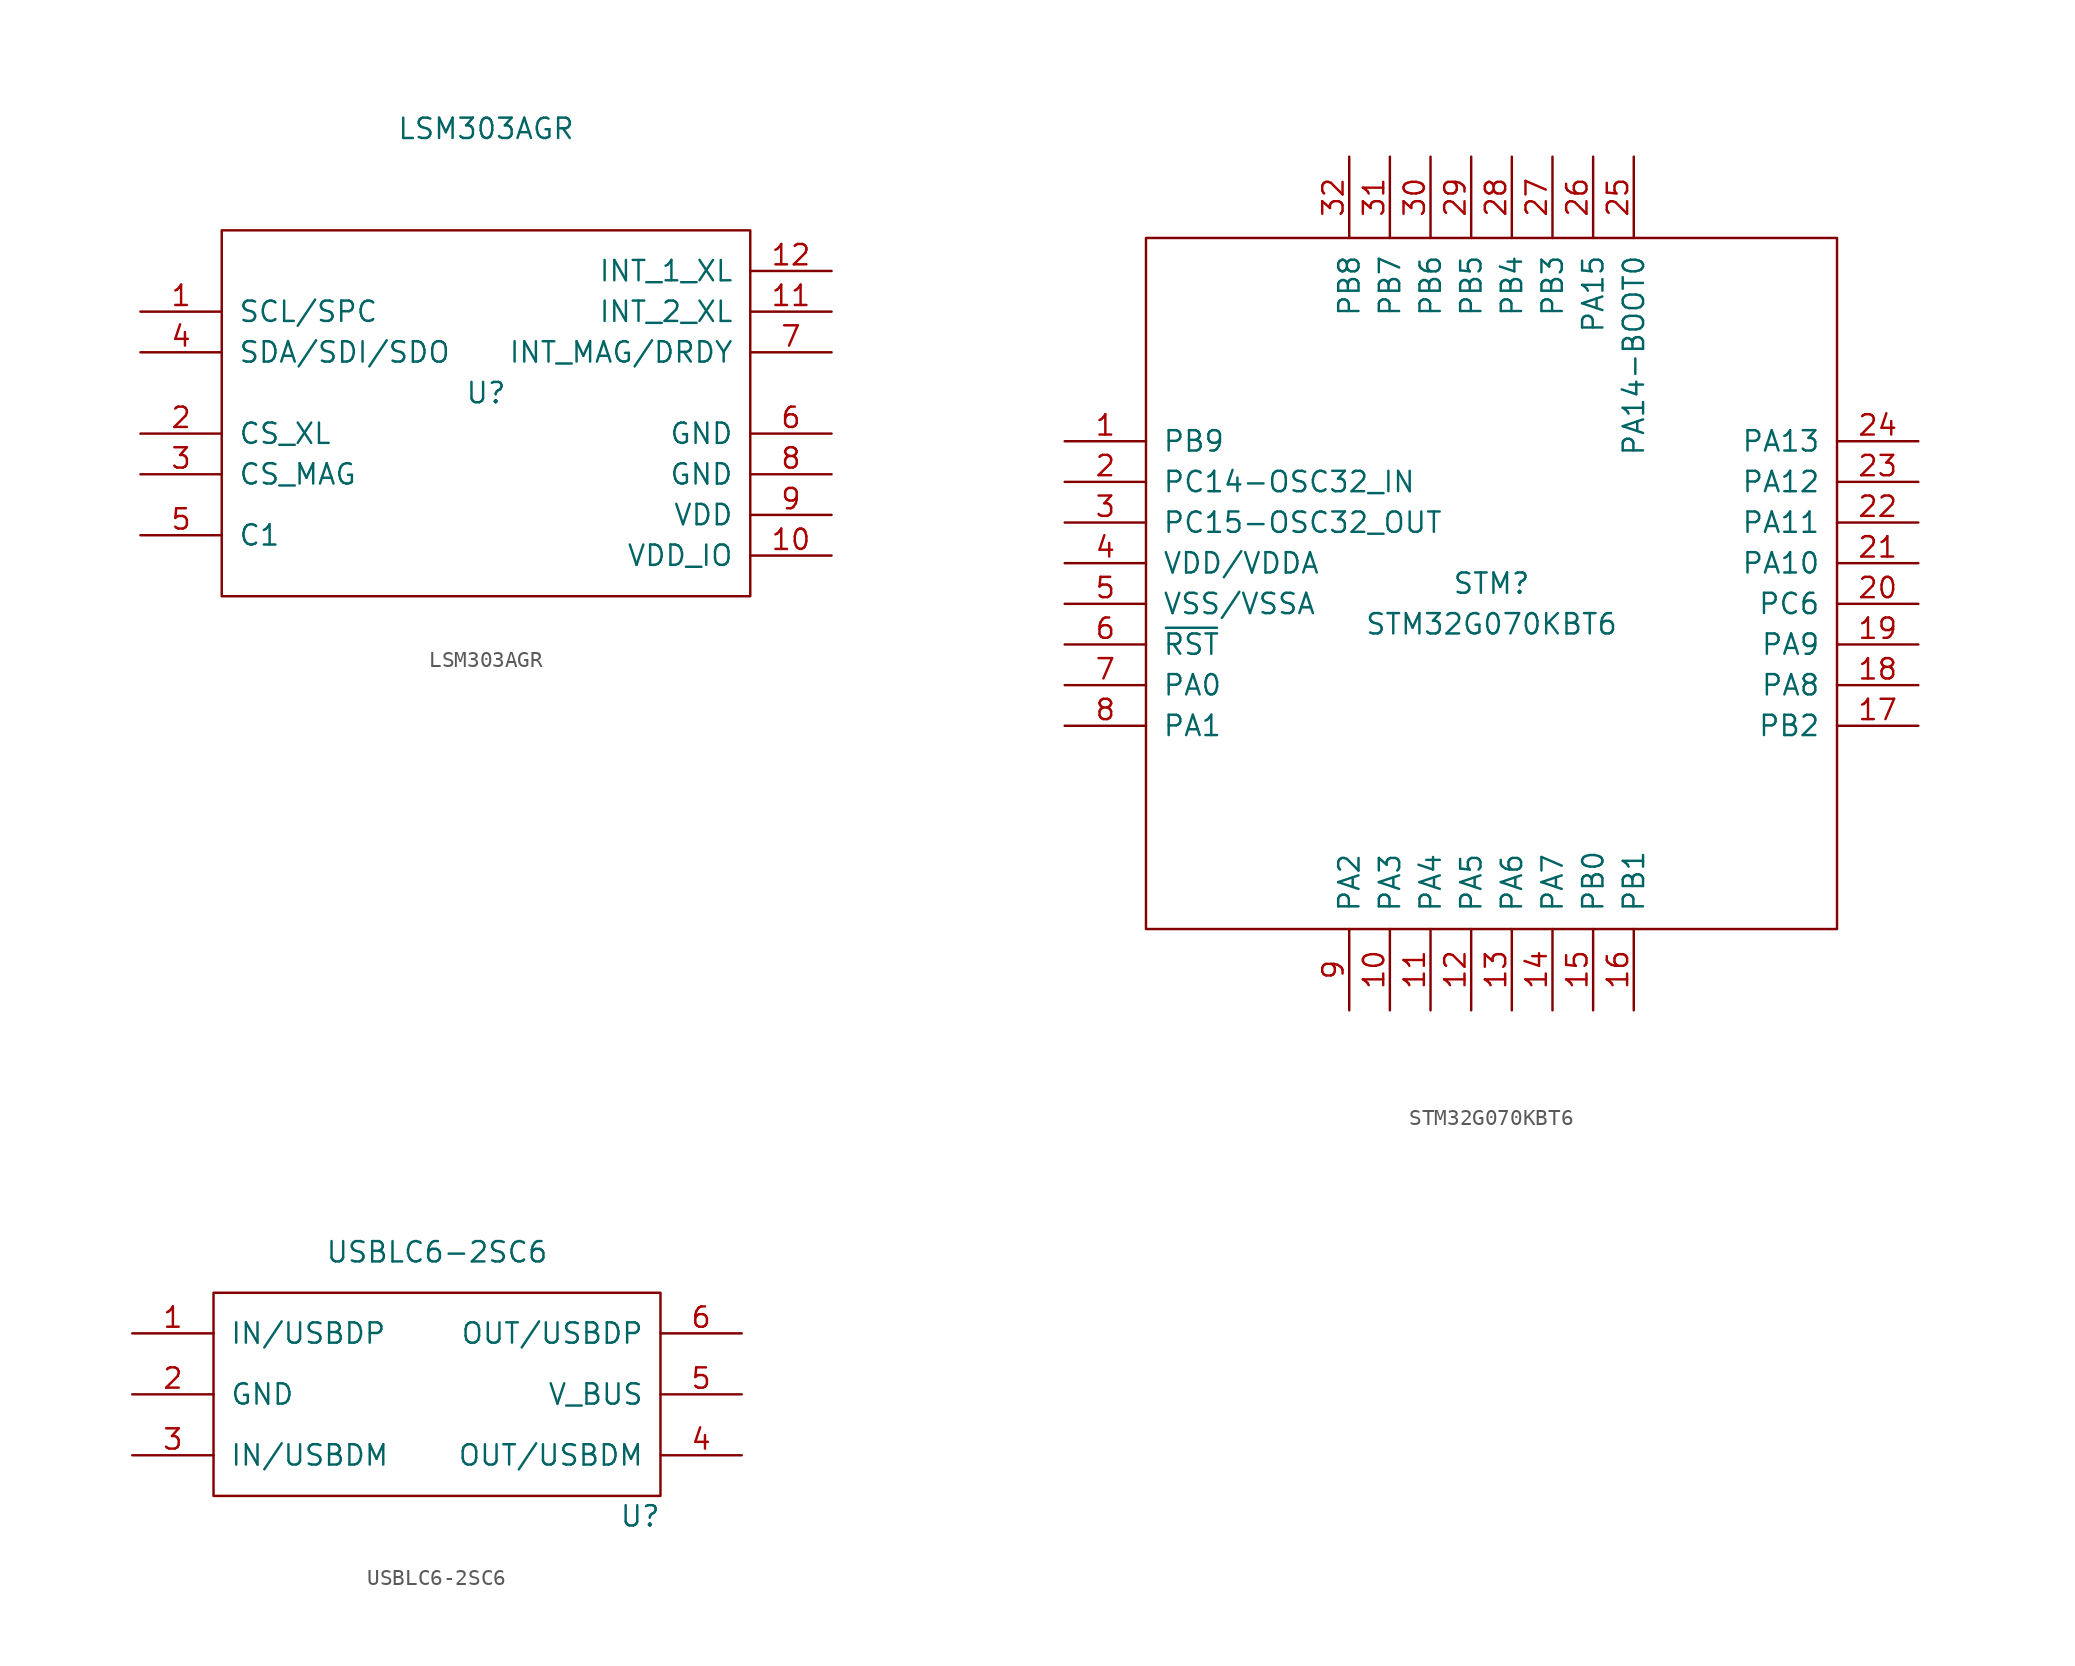
<source format=kicad_sym>
(kicad_symbol_lib
  (version 20211014)
  (generator kicad_symbol_editor)
  (symbol "LSM303AGR"
    (pin_names
      (offset 1.016))
    (property "Reference" "U"
      (at 0 0 0)
      (effects (font (size 1.27 1.27))))
    (property "Value" "LSM303AGR"
      (at 0 16.51 0)
      (effects (font (size 1.27 1.27))))
    (symbol "LSM303AGR_0_0"
      (pin input line (at -21.59 5.08 0) (length 5.08) (name "SCL/SPC" (effects (font (size 1.27 1.27)))) (number "1" (effects (font (size 1.27 1.27)))))
      (pin power_in line (at 21.59 -10.16 180) (length 5.08) (name "VDD_IO" (effects (font (size 1.27 1.27)))) (number "10" (effects (font (size 1.27 1.27)))))
      (pin output line (at 21.59 5.08 180) (length 5.08) (name "INT_2_XL" (effects (font (size 1.27 1.27)))) (number "11" (effects (font (size 1.27 1.27)))))
      (pin output line (at 21.59 7.62 180) (length 5.08) (name "INT_1_XL" (effects (font (size 1.27 1.27)))) (number "12" (effects (font (size 1.27 1.27)))))
      (pin input line (at -21.59 -2.54 0) (length 5.08) (name "CS_XL" (effects (font (size 1.27 1.27)))) (number "2" (effects (font (size 1.27 1.27)))))
      (pin input line (at -21.59 -5.08 0) (length 5.08) (name "CS_MAG" (effects (font (size 1.27 1.27)))) (number "3" (effects (font (size 1.27 1.27)))))
      (pin bidirectional line (at -21.59 2.54 0) (length 5.08) (name "SDA/SDI/SDO" (effects (font (size 1.27 1.27)))) (number "4" (effects (font (size 1.27 1.27)))))
      (pin passive line (at -21.59 -8.89 0) (length 5.08) (name "C1" (effects (font (size 1.27 1.27)))) (number "5" (effects (font (size 1.27 1.27)))))
      (pin power_in line (at 21.59 -2.54 180) (length 5.08) (name "GND" (effects (font (size 1.27 1.27)))) (number "6" (effects (font (size 1.27 1.27)))))
      (pin output line (at 21.59 2.54 180) (length 5.08) (name "INT_MAG/DRDY" (effects (font (size 1.27 1.27)))) (number "7" (effects (font (size 1.27 1.27)))))
      (pin power_in line (at 21.59 -5.08 180) (length 5.08) (name "GND" (effects (font (size 1.27 1.27)))) (number "8" (effects (font (size 1.27 1.27)))))
      (pin power_in line (at 21.59 -7.62 180) (length 5.08) (name "VDD" (effects (font (size 1.27 1.27)))) (number "9" (effects (font (size 1.27 1.27))))))
    (symbol "LSM303AGR_0_1"
      (rectangle (start -16.51 10.16) (end 16.51 -12.7) (stroke (width 0) (type default) (color 0 0 0 0)) (fill (type none)))))
  (symbol "STM32G070KBT6"
    (pin_names
      (offset 1.016))
    (property "Reference" "STM"
      (at 0 0 0)
      (effects (font (size 1.27 1.27))))
    (property "Value" "STM32G070KBT6"
      (at 0 -2.54 0)
      (effects (font (size 1.27 1.27))))
    (symbol "STM32G070KBT6_0_0"
      (pin bidirectional line (at -26.67 8.89 0) (length 5.08) (name "PB9" (effects (font (size 1.27 1.27)))) (number "1" (effects (font (size 1.27 1.27)))))
      (pin bidirectional line (at -6.35 -26.67 90) (length 5.08) (name "PA3" (effects (font (size 1.27 1.27)))) (number "10" (effects (font (size 1.27 1.27)))))
      (pin bidirectional line (at -3.81 -26.67 90) (length 5.08) (name "PA4" (effects (font (size 1.27 1.27)))) (number "11" (effects (font (size 1.27 1.27)))))
      (pin bidirectional line (at -1.27 -26.67 90) (length 5.08) (name "PA5" (effects (font (size 1.27 1.27)))) (number "12" (effects (font (size 1.27 1.27)))))
      (pin bidirectional line (at 1.27 -26.67 90) (length 5.08) (name "PA6" (effects (font (size 1.27 1.27)))) (number "13" (effects (font (size 1.27 1.27)))))
      (pin bidirectional line (at 3.81 -26.67 90) (length 5.08) (name "PA7" (effects (font (size 1.27 1.27)))) (number "14" (effects (font (size 1.27 1.27)))))
      (pin bidirectional line (at 6.35 -26.67 90) (length 5.08) (name "PB0" (effects (font (size 1.27 1.27)))) (number "15" (effects (font (size 1.27 1.27)))))
      (pin bidirectional line (at 8.89 -26.67 90) (length 5.08) (name "PB1" (effects (font (size 1.27 1.27)))) (number "16" (effects (font (size 1.27 1.27)))))
      (pin bidirectional line (at 26.67 -8.89 180) (length 5.08) (name "PB2" (effects (font (size 1.27 1.27)))) (number "17" (effects (font (size 1.27 1.27)))))
      (pin bidirectional line (at 26.67 -6.35 180) (length 5.08) (name "PA8" (effects (font (size 1.27 1.27)))) (number "18" (effects (font (size 1.27 1.27)))))
      (pin bidirectional line (at 26.67 -3.81 180) (length 5.08) (name "PA9" (effects (font (size 1.27 1.27)))) (number "19" (effects (font (size 1.27 1.27)))))
      (pin bidirectional line (at 26.67 -1.27 180) (length 5.08) (name "PC6" (effects (font (size 1.27 1.27)))) (number "20" (effects (font (size 1.27 1.27)))))
      (pin bidirectional line (at 26.67 1.27 180) (length 5.08) (name "PA10" (effects (font (size 1.27 1.27)))) (number "21" (effects (font (size 1.27 1.27)))))
      (pin bidirectional line (at 26.67 3.81 180) (length 5.08) (name "PA11" (effects (font (size 1.27 1.27)))) (number "22" (effects (font (size 1.27 1.27)))))
      (pin bidirectional line (at 26.67 6.35 180) (length 5.08) (name "PA12" (effects (font (size 1.27 1.27)))) (number "23" (effects (font (size 1.27 1.27)))))
      (pin bidirectional line (at 26.67 8.89 180) (length 5.08) (name "PA13" (effects (font (size 1.27 1.27)))) (number "24" (effects (font (size 1.27 1.27)))))
      (pin bidirectional line (at 8.89 26.67 270) (length 5.08) (name "PA14-BOOT0" (effects (font (size 1.27 1.27)))) (number "25" (effects (font (size 1.27 1.27)))))
      (pin bidirectional line (at 6.35 26.67 270) (length 5.08) (name "PA15" (effects (font (size 1.27 1.27)))) (number "26" (effects (font (size 1.27 1.27)))))
      (pin bidirectional line (at 3.81 26.67 270) (length 5.08) (name "PB3" (effects (font (size 1.27 1.27)))) (number "27" (effects (font (size 1.27 1.27)))))
      (pin bidirectional line (at 1.27 26.67 270) (length 5.08) (name "PB4" (effects (font (size 1.27 1.27)))) (number "28" (effects (font (size 1.27 1.27)))))
      (pin bidirectional line (at -1.27 26.67 270) (length 5.08) (name "PB5" (effects (font (size 1.27 1.27)))) (number "29" (effects (font (size 1.27 1.27)))))
      (pin bidirectional line (at -3.81 26.67 270) (length 5.08) (name "PB6" (effects (font (size 1.27 1.27)))) (number "30" (effects (font (size 1.27 1.27)))))
      (pin bidirectional line (at -6.35 26.67 270) (length 5.08) (name "PB7" (effects (font (size 1.27 1.27)))) (number "31" (effects (font (size 1.27 1.27)))))
      (pin bidirectional line (at -8.89 26.67 270) (length 5.08) (name "PB8" (effects (font (size 1.27 1.27)))) (number "32" (effects (font (size 1.27 1.27)))))
      (pin bidirectional line (at -26.67 -8.89 0) (length 5.08) (name "PA1" (effects (font (size 1.27 1.27)))) (number "8" (effects (font (size 1.27 1.27)))))
      (pin bidirectional line (at -8.89 -26.67 90) (length 5.08) (name "PA2" (effects (font (size 1.27 1.27)))) (number "9" (effects (font (size 1.27 1.27))))))
    (symbol "STM32G070KBT6_0_1"
      (rectangle (start -21.59 21.59) (end 21.59 -21.59) (stroke (width 0) (type default) (color 0 0 0 0)) (fill (type none))))
    (symbol "STM32G070KBT6_1_1"
      (pin bidirectional line (at -26.67 6.35 0) (length 5.08) (name "PC14-OSC32_IN" (effects (font (size 1.27 1.27)))) (number "2" (effects (font (size 1.27 1.27)))))
      (pin bidirectional line (at -26.67 3.81 0) (length 5.08) (name "PC15-OSC32_OUT" (effects (font (size 1.27 1.27)))) (number "3" (effects (font (size 1.27 1.27)))))
      (pin power_in line (at -26.67 1.27 0) (length 5.08) (name "VDD/VDDA" (effects (font (size 1.27 1.27)))) (number "4" (effects (font (size 1.27 1.27)))))
      (pin power_in line (at -26.67 -1.27 0) (length 5.08) (name "VSS/VSSA" (effects (font (size 1.27 1.27)))) (number "5" (effects (font (size 1.27 1.27)))))
      (pin bidirectional line (at -26.67 -3.81 0) (length 5.08) (name "~{RST}" (effects (font (size 1.27 1.27)))) (number "6" (effects (font (size 1.27 1.27)))))
      (pin bidirectional line (at -26.67 -6.35 0) (length 5.08) (name "PA0" (effects (font (size 1.27 1.27)))) (number "7" (effects (font (size 1.27 1.27)))))))
  (symbol "USBLC6-2SC6"
    (pin_names
      (offset 1.016))
    (property "Reference" "U"
      (at 12.7 -7.62 0)
      (effects (font (size 1.27 1.27))))
    (property "Value" "USBLC6-2SC6"
      (at 0 8.89 0)
      (effects (font (size 1.27 1.27))))
    (symbol "USBLC6-2SC6_0_1"
      (rectangle (start -13.97 6.35) (end 13.97 -6.35) (stroke (width 0) (type default) (color 0 0 0 0)) (fill (type none))))
    (symbol "USBLC6-2SC6_1_1"
      (pin bidirectional line (at -19.05 3.81 0) (length 5.08) (name "IN/USBDP" (effects (font (size 1.27 1.27)))) (number "1" (effects (font (size 1.27 1.27)))))
      (pin power_in line (at -19.05 0 0) (length 5.08) (name "GND" (effects (font (size 1.27 1.27)))) (number "2" (effects (font (size 1.27 1.27)))))
      (pin bidirectional line (at -19.05 -3.81 0) (length 5.08) (name "IN/USBDM" (effects (font (size 1.27 1.27)))) (number "3" (effects (font (size 1.27 1.27)))))
      (pin bidirectional line (at 19.05 -3.81 180) (length 5.08) (name "OUT/USBDM" (effects (font (size 1.27 1.27)))) (number "4" (effects (font (size 1.27 1.27)))))
      (pin power_in line (at 19.05 0 180) (length 5.08) (name "V_BUS" (effects (font (size 1.27 1.27)))) (number "5" (effects (font (size 1.27 1.27)))))
      (pin bidirectional line (at 19.05 3.81 180) (length 5.08) (name "OUT/USBDP" (effects (font (size 1.27 1.27)))) (number "6" (effects (font (size 1.27 1.27))))))))
</source>
